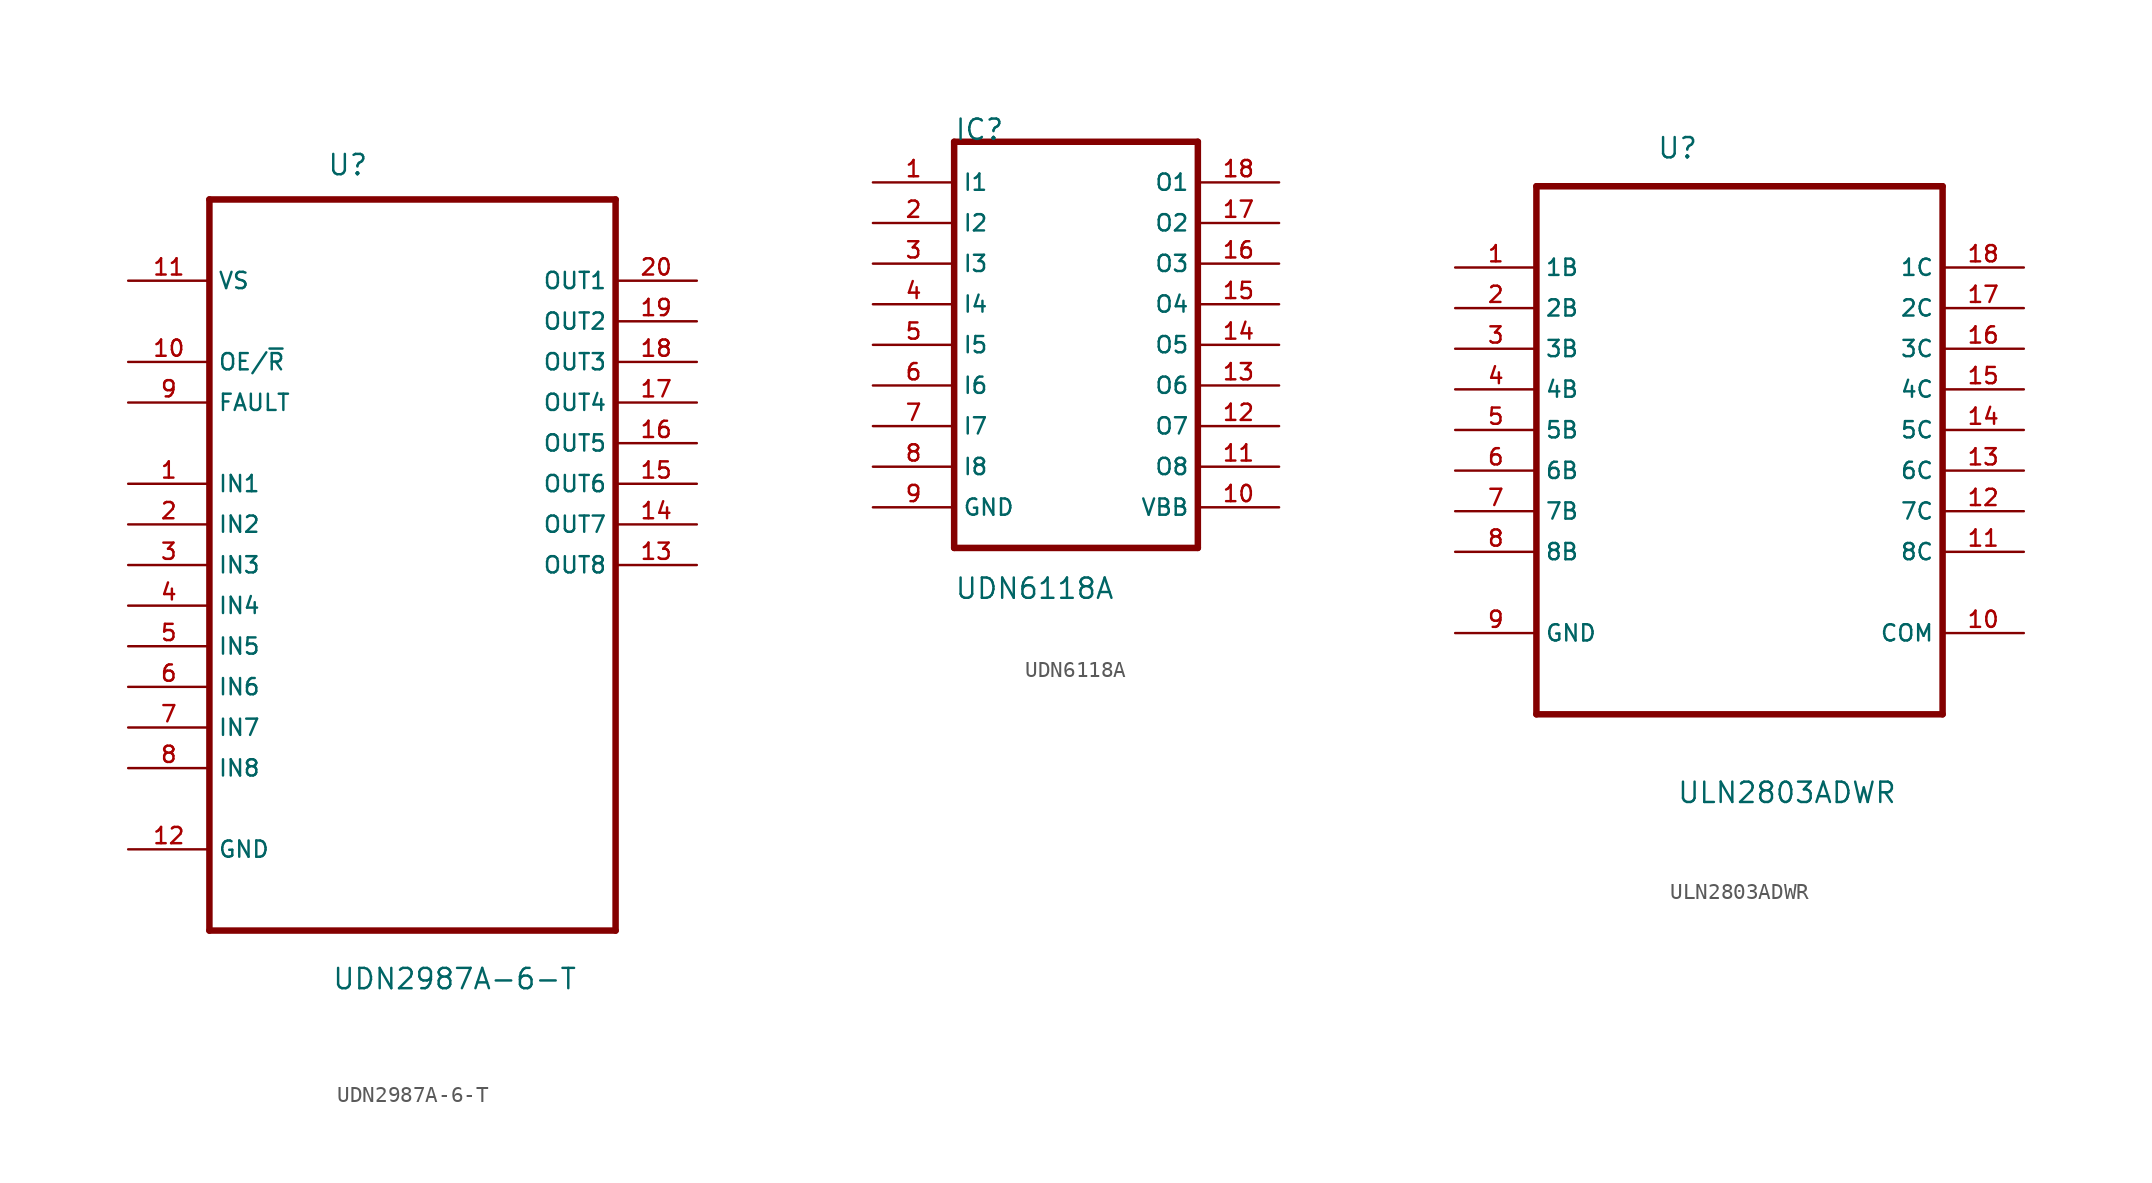
<source format=kicad_sym>
(kicad_symbol_lib
  (version 20201005)
  (generator kicad_symbol_editor)
  (symbol "Zimprich_neu:UDN2987A-6-T"
    (property "Reference" "U"
      (at -5.359 22.479 0)
      (effects (font (size 1.27 1.27)) (justify left)))
    (property "Value" "UDN2987A-6-T"
      (at -5.055 -28.423 0)
      (effects (font (size 1.27 1.27)) (justify left)))
    (property "ki_locked" ""
      (at 0 0 0)
      (effects (font (size 1.27 1.27))))
    (symbol "UDN2987A-6-T_0_0"
      (polyline (pts (xy -12.7 -25.4) (xy 12.7 -25.4)) (stroke (width 0.406)) (fill (type none)))
      (polyline (pts (xy -12.7 20.32) (xy -12.7 -25.4)) (stroke (width 0.406)) (fill (type none)))
      (polyline (pts (xy 12.7 -25.4) (xy 12.7 20.32)) (stroke (width 0.406)) (fill (type none)))
      (polyline (pts (xy 12.7 20.32) (xy -12.7 20.32)) (stroke (width 0.406)) (fill (type none)))
      (pin input line (at -17.78 2.54 0) (length 5.08) (name "IN1" (effects (font (size 1.016 1.016)))) (number "1" (effects (font (size 1.016 1.016)))))
      (pin input line (at -17.78 10.16 0) (length 5.08) (name "OE/~R" (effects (font (size 1.016 1.016)))) (number "10" (effects (font (size 1.016 1.016)))))
      (pin input line (at -17.78 15.24 0) (length 5.08) (name "VS" (effects (font (size 1.016 1.016)))) (number "11" (effects (font (size 1.016 1.016)))))
      (pin passive line (at -17.78 -20.32 0) (length 5.08) (name "GND" (effects (font (size 1.016 1.016)))) (number "12" (effects (font (size 1.016 1.016)))))
      (pin output line (at 17.78 -2.54 180) (length 5.08) (name "OUT8" (effects (font (size 1.016 1.016)))) (number "13" (effects (font (size 1.016 1.016)))))
      (pin output line (at 17.78 0 180) (length 5.08) (name "OUT7" (effects (font (size 1.016 1.016)))) (number "14" (effects (font (size 1.016 1.016)))))
      (pin output line (at 17.78 2.54 180) (length 5.08) (name "OUT6" (effects (font (size 1.016 1.016)))) (number "15" (effects (font (size 1.016 1.016)))))
      (pin output line (at 17.78 5.08 180) (length 5.08) (name "OUT5" (effects (font (size 1.016 1.016)))) (number "16" (effects (font (size 1.016 1.016)))))
      (pin output line (at 17.78 7.62 180) (length 5.08) (name "OUT4" (effects (font (size 1.016 1.016)))) (number "17" (effects (font (size 1.016 1.016)))))
      (pin output line (at 17.78 10.16 180) (length 5.08) (name "OUT3" (effects (font (size 1.016 1.016)))) (number "18" (effects (font (size 1.016 1.016)))))
      (pin output line (at 17.78 12.7 180) (length 5.08) (name "OUT2" (effects (font (size 1.016 1.016)))) (number "19" (effects (font (size 1.016 1.016)))))
      (pin input line (at -17.78 0 0) (length 5.08) (name "IN2" (effects (font (size 1.016 1.016)))) (number "2" (effects (font (size 1.016 1.016)))))
      (pin output line (at 17.78 15.24 180) (length 5.08) (name "OUT1" (effects (font (size 1.016 1.016)))) (number "20" (effects (font (size 1.016 1.016)))))
      (pin input line (at -17.78 -2.54 0) (length 5.08) (name "IN3" (effects (font (size 1.016 1.016)))) (number "3" (effects (font (size 1.016 1.016)))))
      (pin input line (at -17.78 -5.08 0) (length 5.08) (name "IN4" (effects (font (size 1.016 1.016)))) (number "4" (effects (font (size 1.016 1.016)))))
      (pin input line (at -17.78 -7.62 0) (length 5.08) (name "IN5" (effects (font (size 1.016 1.016)))) (number "5" (effects (font (size 1.016 1.016)))))
      (pin input line (at -17.78 -10.16 0) (length 5.08) (name "IN6" (effects (font (size 1.016 1.016)))) (number "6" (effects (font (size 1.016 1.016)))))
      (pin input line (at -17.78 -12.7 0) (length 5.08) (name "IN7" (effects (font (size 1.016 1.016)))) (number "7" (effects (font (size 1.016 1.016)))))
      (pin input line (at -17.78 -15.24 0) (length 5.08) (name "IN8" (effects (font (size 1.016 1.016)))) (number "8" (effects (font (size 1.016 1.016)))))
      (pin input line (at -17.78 7.62 0) (length 5.08) (name "FAULT" (effects (font (size 1.016 1.016)))) (number "9" (effects (font (size 1.016 1.016)))))))
  (symbol "Zimprich_neu:UDN6118A"
    (property "Reference" "IC"
      (at -7.62 13.462 0)
      (effects (font (size 1.27 1.27)) (justify left)))
    (property "Value" "UDN6118A"
      (at -7.62 -15.24 0)
      (effects (font (size 1.27 1.27)) (justify left)))
    (property "ki_locked" ""
      (at 0 0 0)
      (effects (font (size 1.27 1.27))))
    (symbol "UDN6118A_0_0"
      (polyline (pts (xy -7.62 12.7) (xy -7.62 -12.7)) (stroke (width 0.406)) (fill (type none)))
      (polyline (pts (xy -7.62 12.7) (xy 7.62 12.7)) (stroke (width 0.406)) (fill (type none)))
      (polyline (pts (xy 7.62 -12.7) (xy -7.62 -12.7)) (stroke (width 0.406)) (fill (type none)))
      (polyline (pts (xy 7.62 -12.7) (xy 7.62 12.7)) (stroke (width 0.406)) (fill (type none)))
      (pin input line (at -12.7 10.16 0) (length 5.08) (name "I1" (effects (font (size 1.016 1.016)))) (number "1" (effects (font (size 1.016 1.016)))))
      (pin passive line (at 12.7 -10.16 180) (length 5.08) (name "VBB" (effects (font (size 1.016 1.016)))) (number "10" (effects (font (size 1.016 1.016)))))
      (pin open_collector line (at 12.7 -7.62 180) (length 5.08) (name "O8" (effects (font (size 1.016 1.016)))) (number "11" (effects (font (size 1.016 1.016)))))
      (pin open_collector line (at 12.7 -5.08 180) (length 5.08) (name "O7" (effects (font (size 1.016 1.016)))) (number "12" (effects (font (size 1.016 1.016)))))
      (pin open_collector line (at 12.7 -2.54 180) (length 5.08) (name "O6" (effects (font (size 1.016 1.016)))) (number "13" (effects (font (size 1.016 1.016)))))
      (pin open_collector line (at 12.7 0 180) (length 5.08) (name "O5" (effects (font (size 1.016 1.016)))) (number "14" (effects (font (size 1.016 1.016)))))
      (pin open_collector line (at 12.7 2.54 180) (length 5.08) (name "O4" (effects (font (size 1.016 1.016)))) (number "15" (effects (font (size 1.016 1.016)))))
      (pin open_collector line (at 12.7 5.08 180) (length 5.08) (name "O3" (effects (font (size 1.016 1.016)))) (number "16" (effects (font (size 1.016 1.016)))))
      (pin open_collector line (at 12.7 7.62 180) (length 5.08) (name "O2" (effects (font (size 1.016 1.016)))) (number "17" (effects (font (size 1.016 1.016)))))
      (pin open_collector line (at 12.7 10.16 180) (length 5.08) (name "O1" (effects (font (size 1.016 1.016)))) (number "18" (effects (font (size 1.016 1.016)))))
      (pin input line (at -12.7 7.62 0) (length 5.08) (name "I2" (effects (font (size 1.016 1.016)))) (number "2" (effects (font (size 1.016 1.016)))))
      (pin input line (at -12.7 5.08 0) (length 5.08) (name "I3" (effects (font (size 1.016 1.016)))) (number "3" (effects (font (size 1.016 1.016)))))
      (pin input line (at -12.7 2.54 0) (length 5.08) (name "I4" (effects (font (size 1.016 1.016)))) (number "4" (effects (font (size 1.016 1.016)))))
      (pin input line (at -12.7 0 0) (length 5.08) (name "I5" (effects (font (size 1.016 1.016)))) (number "5" (effects (font (size 1.016 1.016)))))
      (pin input line (at -12.7 -2.54 0) (length 5.08) (name "I6" (effects (font (size 1.016 1.016)))) (number "6" (effects (font (size 1.016 1.016)))))
      (pin input line (at -12.7 -5.08 0) (length 5.08) (name "I7" (effects (font (size 1.016 1.016)))) (number "7" (effects (font (size 1.016 1.016)))))
      (pin input line (at -12.7 -7.62 0) (length 5.08) (name "I8" (effects (font (size 1.016 1.016)))) (number "8" (effects (font (size 1.016 1.016)))))
      (pin input line (at -12.7 -10.16 0) (length 5.08) (name "GND" (effects (font (size 1.016 1.016)))) (number "9" (effects (font (size 1.016 1.016)))))))
  (symbol "Zimprich_neu:ULN2803ADWR"
    (property "Reference" "U"
      (at -5.182 15.088 0)
      (effects (font (size 1.27 1.27)) (justify left)))
    (property "Value" "ULN2803ADWR"
      (at -3.937 -25.222 0)
      (effects (font (size 1.27 1.27)) (justify left)))
    (symbol "ULN2803ADWR_0_0"
      (polyline (pts (xy -12.7 -20.32) (xy 12.7 -20.32)) (stroke (width 0.406)) (fill (type none)))
      (polyline (pts (xy -12.7 12.7) (xy -12.7 -20.32)) (stroke (width 0.406)) (fill (type none)))
      (polyline (pts (xy 12.7 -20.32) (xy 12.7 12.7)) (stroke (width 0.406)) (fill (type none)))
      (polyline (pts (xy 12.7 12.7) (xy -12.7 12.7)) (stroke (width 0.406)) (fill (type none)))
      (pin input line (at -17.78 7.62 0) (length 5.08) (name "1B" (effects (font (size 1.016 1.016)))) (number "1" (effects (font (size 1.016 1.016)))))
      (pin output line (at 17.78 -15.24 180) (length 5.08) (name "COM" (effects (font (size 1.016 1.016)))) (number "10" (effects (font (size 1.016 1.016)))))
      (pin output line (at 17.78 -10.16 180) (length 5.08) (name "8C" (effects (font (size 1.016 1.016)))) (number "11" (effects (font (size 1.016 1.016)))))
      (pin output line (at 17.78 -7.62 180) (length 5.08) (name "7C" (effects (font (size 1.016 1.016)))) (number "12" (effects (font (size 1.016 1.016)))))
      (pin output line (at 17.78 -5.08 180) (length 5.08) (name "6C" (effects (font (size 1.016 1.016)))) (number "13" (effects (font (size 1.016 1.016)))))
      (pin output line (at 17.78 -2.54 180) (length 5.08) (name "5C" (effects (font (size 1.016 1.016)))) (number "14" (effects (font (size 1.016 1.016)))))
      (pin output line (at 17.78 0 180) (length 5.08) (name "4C" (effects (font (size 1.016 1.016)))) (number "15" (effects (font (size 1.016 1.016)))))
      (pin output line (at 17.78 2.54 180) (length 5.08) (name "3C" (effects (font (size 1.016 1.016)))) (number "16" (effects (font (size 1.016 1.016)))))
      (pin output line (at 17.78 5.08 180) (length 5.08) (name "2C" (effects (font (size 1.016 1.016)))) (number "17" (effects (font (size 1.016 1.016)))))
      (pin output line (at 17.78 7.62 180) (length 5.08) (name "1C" (effects (font (size 1.016 1.016)))) (number "18" (effects (font (size 1.016 1.016)))))
      (pin input line (at -17.78 5.08 0) (length 5.08) (name "2B" (effects (font (size 1.016 1.016)))) (number "2" (effects (font (size 1.016 1.016)))))
      (pin input line (at -17.78 2.54 0) (length 5.08) (name "3B" (effects (font (size 1.016 1.016)))) (number "3" (effects (font (size 1.016 1.016)))))
      (pin input line (at -17.78 0 0) (length 5.08) (name "4B" (effects (font (size 1.016 1.016)))) (number "4" (effects (font (size 1.016 1.016)))))
      (pin input line (at -17.78 -2.54 0) (length 5.08) (name "5B" (effects (font (size 1.016 1.016)))) (number "5" (effects (font (size 1.016 1.016)))))
      (pin input line (at -17.78 -5.08 0) (length 5.08) (name "6B" (effects (font (size 1.016 1.016)))) (number "6" (effects (font (size 1.016 1.016)))))
      (pin input line (at -17.78 -7.62 0) (length 5.08) (name "7B" (effects (font (size 1.016 1.016)))) (number "7" (effects (font (size 1.016 1.016)))))
      (pin input line (at -17.78 -10.16 0) (length 5.08) (name "8B" (effects (font (size 1.016 1.016)))) (number "8" (effects (font (size 1.016 1.016)))))
      (pin passive line (at -17.78 -15.24 0) (length 5.08) (name "GND" (effects (font (size 1.016 1.016)))) (number "9" (effects (font (size 1.016 1.016))))))))
</source>
